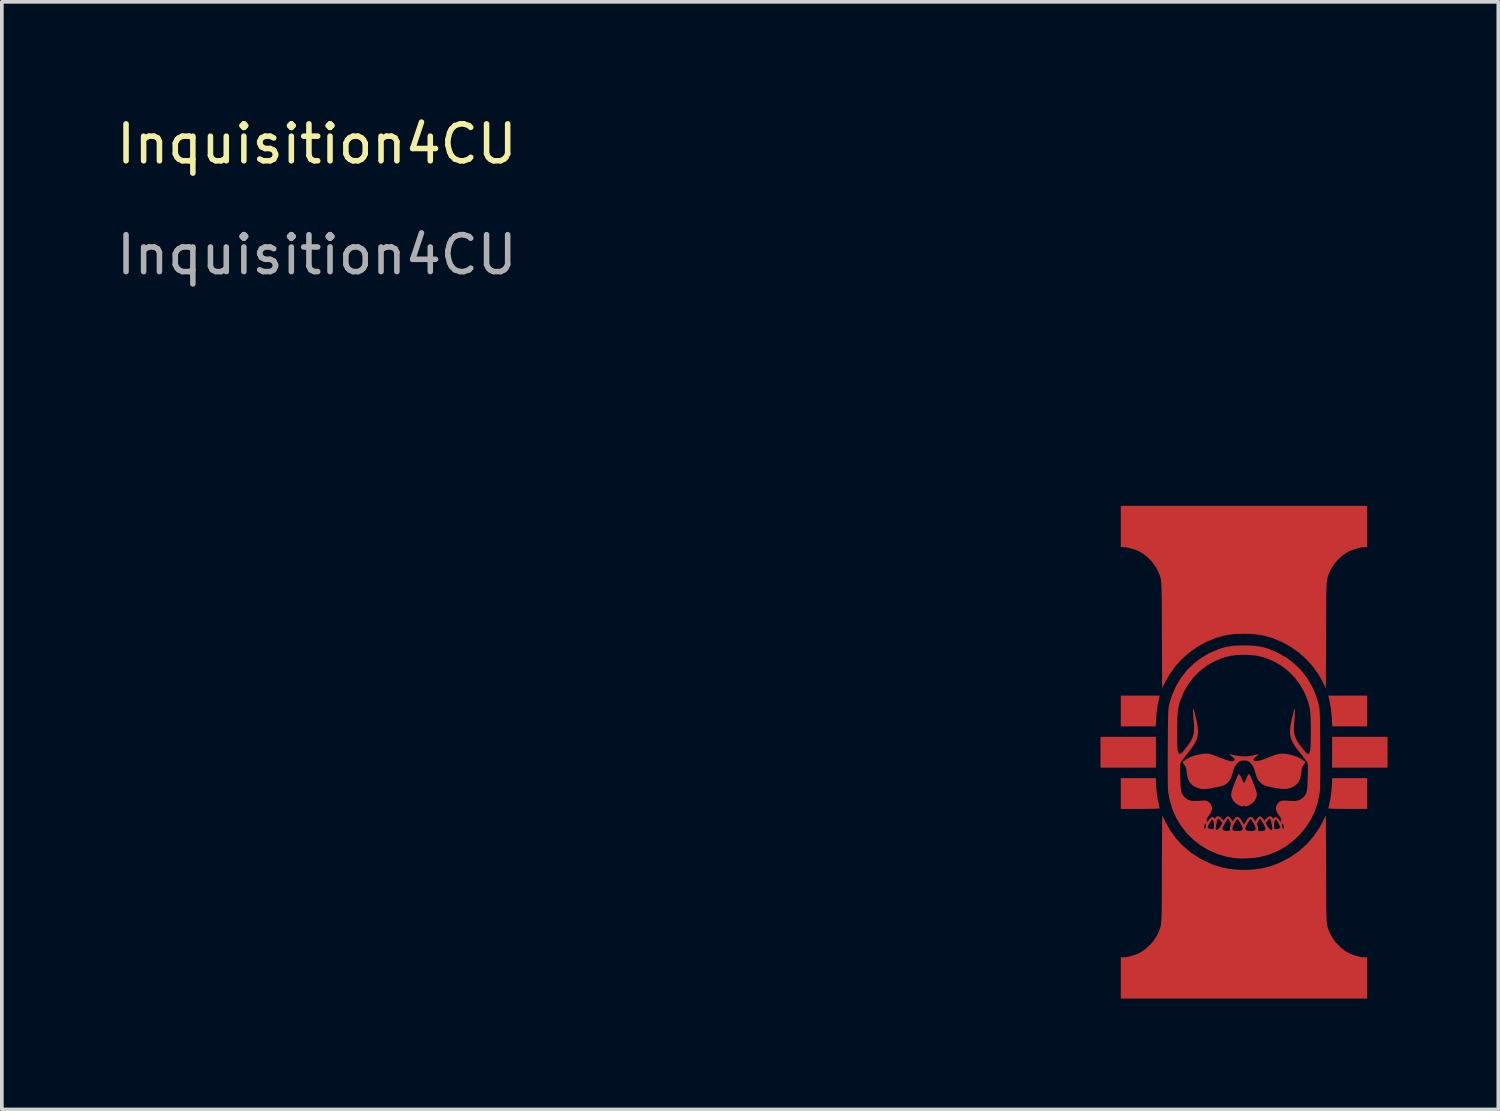
<source format=kicad_pcb>
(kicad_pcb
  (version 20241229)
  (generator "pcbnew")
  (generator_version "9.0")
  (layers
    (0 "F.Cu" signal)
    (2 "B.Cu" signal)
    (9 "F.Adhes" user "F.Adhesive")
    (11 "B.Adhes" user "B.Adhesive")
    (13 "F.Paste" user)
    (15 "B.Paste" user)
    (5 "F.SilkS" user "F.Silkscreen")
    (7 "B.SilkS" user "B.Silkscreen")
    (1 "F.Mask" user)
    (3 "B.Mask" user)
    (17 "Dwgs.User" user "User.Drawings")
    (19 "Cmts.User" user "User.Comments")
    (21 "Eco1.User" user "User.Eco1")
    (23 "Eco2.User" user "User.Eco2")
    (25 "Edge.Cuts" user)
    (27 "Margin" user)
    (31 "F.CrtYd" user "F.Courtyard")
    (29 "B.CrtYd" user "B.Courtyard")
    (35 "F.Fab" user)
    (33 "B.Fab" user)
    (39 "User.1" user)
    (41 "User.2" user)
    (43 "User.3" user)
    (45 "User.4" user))
  (footprint "Inquisition4CU"
    (layer "F.Cu")
    (at 27.221 10.629)
    (property "Reference" "Inquisition4CU" (at -21.692 -9.78 0) (unlocked yes) (layer "F.SilkS") (effects (font (size 1 1) (thickness 0.15))))
    (attr smd)
    (fp_poly (pts (xy 1.027 7.106) (xy -0.474 7.106) (xy -0.474 6.272) (xy 1.027 6.272)) (stroke (width 0) (type solid)) (fill yes) (layer "F.Cu"))
    (fp_poly (pts (xy 7.298 7.106) (xy 5.797 7.106) (xy 5.797 6.272) (xy 7.298 6.272)) (stroke (width 0) (type solid)) (fill yes) (layer "F.Cu"))
    (fp_poly (pts (xy 1.119 5.201) (xy 1.069 5.437) (xy 1.039 5.684) (xy 1.033 5.768) (xy 1.022 5.989) (xy 0.076 5.989) (xy 0.076 5.155) (xy 1.131 5.155)) (stroke (width 0) (type solid)) (fill yes) (layer "F.Cu"))
    (fp_poly (pts (xy 6.747 5.989) (xy 5.802 5.989) (xy 5.79 5.768) (xy 5.767 5.521) (xy 5.724 5.279) (xy 5.705 5.201) (xy 5.693 5.155) (xy 6.747 5.155)) (stroke (width 0) (type solid)) (fill yes) (layer "F.Cu"))
    (fp_poly (pts (xy 1.027 7.48) (xy 1.031 7.584) (xy 1.041 7.708) (xy 1.056 7.838) (xy 1.075 7.96) (xy 1.094 8.054) (xy 1.109 8.119) (xy 1.12 8.172) (xy 1.126 8.204) (xy 1.127 8.208) (xy 1.111 8.212) (xy 1.064 8.216) (xy 0.991 8.219) (xy 0.893 8.221) (xy 0.774 8.223) (xy 0.636 8.224) (xy 0.602 8.224) (xy 0.076 8.224) (xy 0.076 7.39) (xy 1.027 7.39)) (stroke (width 0) (type solid)) (fill yes) (layer "F.Cu"))
    (fp_poly (pts (xy 6.747 8.224) (xy 6.222 8.224) (xy 6.081 8.223) (xy 5.957 8.222) (xy 5.854 8.22) (xy 5.774 8.217) (xy 5.721 8.213) (xy 5.697 8.209) (xy 5.697 8.208) (xy 5.7 8.186) (xy 5.71 8.14) (xy 5.724 8.078) (xy 5.729 8.054) (xy 5.75 7.95) (xy 5.769 7.826) (xy 5.784 7.696) (xy 5.793 7.574) (xy 5.797 7.48) (xy 5.797 7.39) (xy 6.747 7.39)) (stroke (width 0) (type solid)) (fill yes) (layer "F.Cu"))
    (fp_poly (pts (xy 3.292 7.289) (xy 3.312 7.321) (xy 3.337 7.374) (xy 3.355 7.414) (xy 3.38 7.467) (xy 3.4 7.506) (xy 3.411 7.522) (xy 3.412 7.522) (xy 3.422 7.508) (xy 3.442 7.471) (xy 3.466 7.419) (xy 3.468 7.414) (xy 3.498 7.349) (xy 3.52 7.305) (xy 3.539 7.283) (xy 3.557 7.285) (xy 3.577 7.312) (xy 3.602 7.366) (xy 3.635 7.449) (xy 3.659 7.51) (xy 3.702 7.62) (xy 3.732 7.706) (xy 3.751 7.772) (xy 3.758 7.824) (xy 3.757 7.869) (xy 3.746 7.91) (xy 3.736 7.936) (xy 3.695 8.01) (xy 3.636 8.07) (xy 3.568 8.116) (xy 3.502 8.147) (xy 3.453 8.156) (xy 3.424 8.141) (xy 3.421 8.136) (xy 3.41 8.124) (xy 3.402 8.136) (xy 3.377 8.155) (xy 3.332 8.151) (xy 3.271 8.124) (xy 3.245 8.109) (xy 3.177 8.062) (xy 3.132 8.016) (xy 3.099 7.962) (xy 3.087 7.936) (xy 3.072 7.893) (xy 3.065 7.851) (xy 3.067 7.805) (xy 3.079 7.747) (xy 3.102 7.674) (xy 3.137 7.579) (xy 3.164 7.51) (xy 3.203 7.41) (xy 3.233 7.34) (xy 3.256 7.297) (xy 3.275 7.281)) (stroke (width 0) (type solid)) (fill yes) (layer "F.Cu"))
    (fp_poly (pts (xy 5.634 9.858) (xy 5.635 10.114) (xy 5.636 10.339) (xy 5.637 10.535) (xy 5.638 10.704) (xy 5.639 10.85) (xy 5.641 10.973) (xy 5.643 11.077) (xy 5.646 11.163) (xy 5.65 11.235) (xy 5.654 11.294) (xy 5.659 11.343) (xy 5.666 11.383) (xy 5.674 11.418) (xy 5.682 11.449) (xy 5.693 11.479) (xy 5.705 11.51) (xy 5.717 11.543) (xy 5.792 11.695) (xy 5.895 11.838) (xy 6.018 11.967) (xy 6.155 12.073) (xy 6.229 12.116) (xy 6.325 12.16) (xy 6.432 12.197) (xy 6.539 12.225) (xy 6.635 12.241) (xy 6.675 12.243) (xy 6.747 12.243) (xy 6.747 13.36) (xy 0.076 13.36) (xy 0.076 12.243) (xy 0.149 12.243) (xy 0.234 12.235) (xy 0.337 12.213) (xy 0.446 12.179) (xy 0.549 12.138) (xy 0.595 12.116) (xy 0.737 12.024) (xy 0.868 11.906) (xy 0.982 11.769) (xy 1.072 11.621) (xy 1.106 11.543) (xy 1.12 11.508) (xy 1.131 11.477) (xy 1.142 11.447) (xy 1.15 11.416) (xy 1.158 11.381) (xy 1.164 11.34) (xy 1.17 11.291) (xy 1.174 11.231) (xy 1.178 11.158) (xy 1.18 11.071) (xy 1.183 10.966) (xy 1.184 10.841) (xy 1.186 10.694) (xy 1.187 10.523) (xy 1.188 10.325) (xy 1.189 10.099) (xy 1.189 9.858) (xy 1.195 8.4) (xy 1.274 8.558) (xy 1.414 8.806) (xy 1.577 9.029) (xy 1.765 9.229) (xy 1.975 9.406) (xy 2.21 9.559) (xy 2.384 9.651) (xy 2.597 9.741) (xy 2.81 9.807) (xy 3.029 9.85) (xy 3.264 9.871) (xy 3.412 9.875) (xy 3.659 9.865) (xy 3.886 9.835) (xy 4.102 9.783) (xy 4.314 9.707) (xy 4.44 9.651) (xy 4.691 9.513) (xy 4.918 9.352) (xy 5.121 9.168) (xy 5.3 8.961) (xy 5.457 8.73) (xy 5.55 8.558) (xy 5.628 8.4)) (stroke (width 0) (type solid)) (fill yes) (layer "F.Cu"))
    (fp_poly (pts (xy 6.747 1.136) (xy 6.675 1.136) (xy 6.589 1.144) (xy 6.486 1.166) (xy 6.378 1.199) (xy 6.275 1.24) (xy 6.229 1.263) (xy 6.086 1.355) (xy 5.955 1.473) (xy 5.841 1.61) (xy 5.752 1.758) (xy 5.717 1.836) (xy 5.704 1.871) (xy 5.692 1.902) (xy 5.682 1.932) (xy 5.673 1.963) (xy 5.665 1.998) (xy 5.659 2.04) (xy 5.654 2.089) (xy 5.649 2.149) (xy 5.646 2.222) (xy 5.643 2.309) (xy 5.641 2.415) (xy 5.639 2.54) (xy 5.638 2.687) (xy 5.637 2.859) (xy 5.636 3.057) (xy 5.635 3.285) (xy 5.634 3.512) (xy 5.628 4.963) (xy 5.562 4.822) (xy 5.433 4.588) (xy 5.277 4.37) (xy 5.096 4.169) (xy 4.894 3.989) (xy 4.673 3.833) (xy 4.437 3.702) (xy 4.188 3.601) (xy 4.179 3.598) (xy 4.023 3.551) (xy 3.875 3.517) (xy 3.724 3.496) (xy 3.559 3.484) (xy 3.412 3.482) (xy 3.229 3.486) (xy 3.067 3.499) (xy 2.918 3.523) (xy 2.769 3.559) (xy 2.645 3.598) (xy 2.395 3.698) (xy 2.158 3.828) (xy 1.937 3.984) (xy 1.734 4.163) (xy 1.552 4.363) (xy 1.395 4.581) (xy 1.266 4.814) (xy 1.262 4.822) (xy 1.195 4.963) (xy 1.19 3.512) (xy 1.189 3.257) (xy 1.188 3.033) (xy 1.187 2.838) (xy 1.186 2.669) (xy 1.184 2.525) (xy 1.182 2.402) (xy 1.18 2.299) (xy 1.177 2.212) (xy 1.174 2.141) (xy 1.169 2.083) (xy 1.164 2.034) (xy 1.157 1.994) (xy 1.15 1.96) (xy 1.141 1.928) (xy 1.13 1.898) (xy 1.118 1.867) (xy 1.106 1.836) (xy 1.031 1.684) (xy 0.929 1.54) (xy 0.806 1.412) (xy 0.668 1.306) (xy 0.595 1.263) (xy 0.498 1.219) (xy 0.391 1.182) (xy 0.284 1.153) (xy 0.189 1.138) (xy 0.149 1.136) (xy 0.076 1.136) (xy 0.076 0.018) (xy 6.747 0.018)) (stroke (width 0) (type solid)) (fill yes) (layer "F.Cu"))
    (fp_poly (pts (xy 2.478 6.733) (xy 2.573 6.761) (xy 2.586 6.766) (xy 2.691 6.809) (xy 2.794 6.849) (xy 2.891 6.883) (xy 2.974 6.911) (xy 3.04 6.929) (xy 3.082 6.937) (xy 3.089 6.936) (xy 3.13 6.921) (xy 3.152 6.9) (xy 3.159 6.876) (xy 3.146 6.853) (xy 3.122 6.834) (xy 3.077 6.799) (xy 3.039 6.767) (xy 3.038 6.767) (xy 3.003 6.737) (xy 3.045 6.746) (xy 3.188 6.777) (xy 3.309 6.795) (xy 3.414 6.803) (xy 3.511 6.799) (xy 3.609 6.785) (xy 3.693 6.765) (xy 3.748 6.752) (xy 3.789 6.745) (xy 3.807 6.745) (xy 3.798 6.758) (xy 3.769 6.783) (xy 3.737 6.806) (xy 3.686 6.848) (xy 3.667 6.883) (xy 3.678 6.913) (xy 3.698 6.928) (xy 3.731 6.933) (xy 3.79 6.925) (xy 3.869 6.904) (xy 3.965 6.873) (xy 4.073 6.832) (xy 4.146 6.802) (xy 4.267 6.756) (xy 4.374 6.73) (xy 4.478 6.725) (xy 4.589 6.739) (xy 4.663 6.756) (xy 4.775 6.788) (xy 4.865 6.821) (xy 4.94 6.859) (xy 5.008 6.904) (xy 5.079 6.956) (xy 5.027 7.03) (xy 4.999 7.074) (xy 4.982 7.117) (xy 4.97 7.173) (xy 4.962 7.244) (xy 4.941 7.371) (xy 4.903 7.472) (xy 4.845 7.551) (xy 4.764 7.612) (xy 4.711 7.639) (xy 4.642 7.665) (xy 4.571 7.68) (xy 4.493 7.684) (xy 4.4 7.678) (xy 4.286 7.661) (xy 4.215 7.648) (xy 4.112 7.627) (xy 4.034 7.609) (xy 3.977 7.59) (xy 3.932 7.57) (xy 3.903 7.553) (xy 3.822 7.479) (xy 3.761 7.379) (xy 3.721 7.253) (xy 3.72 7.25) (xy 3.684 7.126) (xy 3.633 7.029) (xy 3.569 6.959) (xy 3.493 6.919) (xy 3.47 6.913) (xy 3.374 6.91) (xy 3.289 6.937) (xy 3.218 6.994) (xy 3.16 7.08) (xy 3.117 7.195) (xy 3.103 7.25) (xy 3.064 7.377) (xy 3.003 7.477) (xy 2.922 7.552) (xy 2.92 7.553) (xy 2.879 7.576) (xy 2.829 7.597) (xy 2.763 7.616) (xy 2.674 7.635) (xy 2.619 7.646) (xy 2.506 7.667) (xy 2.418 7.68) (xy 2.348 7.686) (xy 2.29 7.685) (xy 2.235 7.678) (xy 2.206 7.672) (xy 2.09 7.632) (xy 1.999 7.57) (xy 1.931 7.487) (xy 1.886 7.38) (xy 1.862 7.248) (xy 1.861 7.244) (xy 1.853 7.168) (xy 1.841 7.114) (xy 1.822 7.071) (xy 1.796 7.03) (xy 1.745 6.956) (xy 1.815 6.905) (xy 1.874 6.864) (xy 1.926 6.834) (xy 1.982 6.809) (xy 2.052 6.786) (xy 2.131 6.764) (xy 2.265 6.735) (xy 2.378 6.724)) (stroke (width 0) (type solid)) (fill yes) (layer "F.Cu"))
    (fp_poly (pts (xy 3.571 3.799) (xy 3.705 3.808) (xy 3.824 3.823) (xy 3.936 3.847) (xy 4.05 3.881) (xy 4.104 3.9) (xy 4.348 4.005) (xy 4.573 4.136) (xy 4.776 4.292) (xy 4.958 4.471) (xy 5.116 4.673) (xy 5.249 4.894) (xy 5.356 5.134) (xy 5.434 5.389) (xy 5.441 5.419) (xy 5.447 5.449) (xy 5.452 5.483) (xy 5.457 5.522) (xy 5.46 5.57) (xy 5.463 5.63) (xy 5.466 5.703) (xy 5.468 5.794) (xy 5.47 5.904) (xy 5.471 6.036) (xy 5.473 6.194) (xy 5.474 6.379) (xy 5.475 6.581) (xy 5.477 6.841) (xy 5.477 7.068) (xy 5.477 7.263) (xy 5.475 7.427) (xy 5.473 7.56) (xy 5.47 7.663) (xy 5.467 7.736) (xy 5.463 7.773) (xy 5.413 8.034) (xy 5.333 8.279) (xy 5.224 8.509) (xy 5.085 8.725) (xy 4.919 8.922) (xy 4.725 9.104) (xy 4.518 9.256) (xy 4.296 9.378) (xy 4.059 9.47) (xy 3.817 9.531) (xy 3.703 9.548) (xy 3.571 9.559) (xy 3.433 9.565) (xy 3.301 9.566) (xy 3.188 9.559) (xy 3.175 9.558) (xy 2.917 9.512) (xy 2.672 9.437) (xy 2.442 9.334) (xy 2.228 9.205) (xy 2.033 9.052) (xy 1.858 8.876) (xy 1.75 8.737) (xy 2.329 8.737) (xy 2.337 8.755) (xy 2.351 8.757) (xy 2.368 8.75) (xy 2.376 8.722) (xy 2.376 8.713) (xy 2.428 8.713) (xy 2.442 8.739) (xy 2.478 8.761) (xy 2.523 8.773) (xy 2.536 8.774) (xy 2.569 8.773) (xy 2.587 8.763) (xy 2.588 8.759) (xy 2.648 8.759) (xy 2.651 8.783) (xy 2.669 8.797) (xy 2.698 8.785) (xy 2.73 8.756) (xy 2.828 8.756) (xy 2.84 8.795) (xy 2.877 8.816) (xy 2.941 8.821) (xy 2.953 8.821) (xy 3.002 8.817) (xy 3.026 8.809) (xy 3.033 8.791) (xy 3.031 8.768) (xy 3.032 8.744) (xy 3.097 8.744) (xy 3.102 8.786) (xy 3.115 8.804) (xy 3.144 8.816) (xy 3.194 8.822) (xy 3.252 8.823) (xy 3.307 8.818) (xy 3.346 8.807) (xy 3.346 8.807) (xy 3.372 8.778) (xy 3.378 8.754) (xy 3.378 8.753) (xy 3.445 8.753) (xy 3.458 8.79) (xy 3.474 8.806) (xy 3.511 8.817) (xy 3.564 8.822) (xy 3.623 8.822) (xy 3.674 8.817) (xy 3.706 8.806) (xy 3.709 8.804) (xy 3.726 8.77) (xy 3.722 8.722) (xy 3.695 8.656) (xy 3.684 8.637) (xy 3.768 8.637) (xy 3.778 8.671) (xy 3.778 8.673) (xy 3.792 8.721) (xy 3.795 8.76) (xy 3.793 8.796) (xy 3.793 8.812) (xy 3.81 8.82) (xy 3.847 8.824) (xy 3.894 8.823) (xy 3.939 8.817) (xy 3.97 8.808) (xy 3.975 8.804) (xy 3.993 8.771) (xy 3.995 8.756) (xy 3.988 8.731) (xy 3.968 8.688) (xy 3.94 8.635) (xy 3.924 8.605) (xy 3.995 8.605) (xy 4.031 8.669) (xy 4.064 8.718) (xy 4.101 8.76) (xy 4.136 8.789) (xy 4.162 8.798) (xy 4.165 8.797) (xy 4.177 8.775) (xy 4.179 8.762) (xy 4.175 8.717) (xy 4.168 8.675) (xy 4.225 8.675) (xy 4.226 8.687) (xy 4.229 8.737) (xy 4.237 8.763) (xy 4.255 8.773) (xy 4.287 8.774) (xy 4.334 8.767) (xy 4.369 8.748) (xy 4.369 8.748) (xy 4.39 8.724) (xy 4.396 8.713) (xy 4.388 8.692) (xy 4.381 8.679) (xy 4.446 8.679) (xy 4.448 8.729) (xy 4.458 8.752) (xy 4.473 8.757) (xy 4.49 8.751) (xy 4.494 8.727) (xy 4.49 8.696) (xy 4.478 8.643) (xy 4.464 8.618) (xy 4.453 8.623) (xy 4.446 8.658) (xy 4.446 8.679) (xy 4.381 8.679) (xy 4.368 8.654) (xy 4.342 8.607) (xy 4.314 8.561) (xy 4.291 8.525) (xy 4.276 8.508) (xy 4.275 8.507) (xy 4.256 8.522) (xy 4.24 8.561) (xy 4.229 8.615) (xy 4.225 8.675) (xy 4.168 8.675) (xy 4.166 8.657) (xy 4.153 8.595) (xy 4.139 8.541) (xy 4.126 8.505) (xy 4.123 8.5) (xy 4.109 8.489) (xy 4.091 8.495) (xy 4.063 8.524) (xy 4.05 8.54) (xy 3.995 8.605) (xy 3.924 8.605) (xy 3.91 8.581) (xy 3.881 8.533) (xy 3.858 8.5) (xy 3.846 8.491) (xy 3.832 8.504) (xy 3.809 8.537) (xy 3.797 8.558) (xy 3.774 8.604) (xy 3.768 8.637) (xy 3.684 8.637) (xy 3.668 8.608) (xy 3.636 8.557) (xy 3.61 8.517) (xy 3.594 8.498) (xy 3.594 8.498) (xy 3.579 8.507) (xy 3.555 8.538) (xy 3.525 8.583) (xy 3.495 8.636) (xy 3.469 8.687) (xy 3.45 8.73) (xy 3.445 8.753) (xy 3.378 8.753) (xy 3.371 8.724) (xy 3.351 8.679) (xy 3.324 8.627) (xy 3.293 8.575) (xy 3.264 8.532) (xy 3.241 8.504) (xy 3.229 8.498) (xy 3.215 8.516) (xy 3.189 8.554) (xy 3.157 8.605) (xy 3.155 8.608) (xy 3.115 8.686) (xy 3.097 8.744) (xy 3.032 8.744) (xy 3.033 8.717) (xy 3.045 8.673) (xy 3.055 8.639) (xy 3.05 8.606) (xy 3.028 8.561) (xy 3.027 8.558) (xy 3.002 8.518) (xy 2.983 8.494) (xy 2.977 8.491) (xy 2.963 8.504) (xy 2.939 8.54) (xy 2.909 8.589) (xy 2.879 8.643) (xy 2.852 8.695) (xy 2.834 8.736) (xy 2.828 8.756) (xy 2.73 8.756) (xy 2.734 8.752) (xy 2.772 8.703) (xy 2.785 8.679) (xy 2.827 8.604) (xy 2.773 8.539) (xy 2.74 8.502) (xy 2.72 8.489) (xy 2.705 8.494) (xy 2.7 8.501) (xy 2.687 8.532) (xy 2.673 8.584) (xy 2.661 8.647) (xy 2.652 8.709) (xy 2.648 8.759) (xy 2.588 8.759) (xy 2.594 8.736) (xy 2.598 8.687) (xy 2.596 8.627) (xy 2.586 8.571) (xy 2.571 8.528) (xy 2.552 8.508) (xy 2.548 8.507) (xy 2.536 8.521) (xy 2.513 8.554) (xy 2.486 8.6) (xy 2.459 8.647) (xy 2.438 8.687) (xy 2.428 8.712) (xy 2.428 8.713) (xy 2.376 8.713) (xy 2.378 8.679) (xy 2.374 8.632) (xy 2.364 8.616) (xy 2.351 8.63) (xy 2.338 8.673) (xy 2.333 8.696) (xy 2.329 8.737) (xy 1.75 8.737) (xy 1.705 8.68) (xy 1.577 8.466) (xy 1.474 8.235) (xy 1.4 7.988) (xy 1.36 7.773) (xy 1.356 7.722) (xy 1.352 7.641) (xy 1.349 7.531) (xy 1.348 7.391) (xy 1.347 7.22) (xy 1.346 7.017) (xy 1.347 6.783) (xy 1.348 6.581) (xy 1.35 6.366) (xy 1.351 6.183) (xy 1.351 6.122) (xy 1.603 6.122) (xy 1.603 6.278) (xy 1.604 6.403) (xy 1.607 6.501) (xy 1.611 6.574) (xy 1.616 6.625) (xy 1.623 6.657) (xy 1.624 6.659) (xy 1.642 6.705) (xy 1.66 6.733) (xy 1.681 6.739) (xy 1.709 6.723) (xy 1.748 6.684) (xy 1.802 6.62) (xy 1.828 6.586) (xy 1.914 6.474) (xy 1.977 6.377) (xy 2.021 6.286) (xy 2.048 6.194) (xy 2.06 6.094) (xy 2.06 5.976) (xy 2.049 5.835) (xy 2.048 5.83) (xy 2.041 5.741) (xy 2.035 5.657) (xy 2.031 5.587) (xy 2.031 5.54) (xy 2.031 5.539) (xy 2.034 5.514) (xy 2.038 5.508) (xy 2.046 5.521) (xy 2.058 5.559) (xy 2.075 5.623) (xy 2.099 5.716) (xy 2.1 5.722) (xy 2.137 5.882) (xy 2.16 6.018) (xy 2.167 6.136) (xy 2.157 6.243) (xy 2.129 6.344) (xy 2.081 6.446) (xy 2.012 6.555) (xy 1.92 6.676) (xy 1.861 6.748) (xy 1.806 6.816) (xy 1.758 6.88) (xy 1.72 6.934) (xy 1.699 6.97) (xy 1.699 6.972) (xy 1.69 6.997) (xy 1.685 7.031) (xy 1.682 7.078) (xy 1.681 7.143) (xy 1.682 7.231) (xy 1.685 7.347) (xy 1.686 7.38) (xy 1.691 7.509) (xy 1.696 7.61) (xy 1.703 7.687) (xy 1.713 7.746) (xy 1.726 7.792) (xy 1.743 7.829) (xy 1.766 7.863) (xy 1.785 7.887) (xy 1.842 7.942) (xy 1.907 7.981) (xy 1.985 8.003) (xy 2.081 8.011) (xy 2.201 8.005) (xy 2.262 7.999) (xy 2.356 7.996) (xy 2.427 8.014) (xy 2.482 8.055) (xy 2.512 8.095) (xy 2.539 8.154) (xy 2.547 8.211) (xy 2.535 8.274) (xy 2.5 8.347) (xy 2.441 8.435) (xy 2.426 8.457) (xy 2.402 8.497) (xy 2.4 8.529) (xy 2.406 8.544) (xy 2.418 8.567) (xy 2.429 8.567) (xy 2.447 8.542) (xy 2.453 8.532) (xy 2.498 8.472) (xy 2.539 8.444) (xy 2.577 8.448) (xy 2.601 8.466) (xy 2.622 8.482) (xy 2.637 8.47) (xy 2.644 8.458) (xy 2.676 8.427) (xy 2.719 8.424) (xy 2.768 8.446) (xy 2.808 8.483) (xy 2.856 8.542) (xy 2.901 8.483) (xy 2.942 8.44) (xy 2.979 8.426) (xy 3.016 8.441) (xy 3.058 8.487) (xy 3.089 8.535) (xy 3.102 8.551) (xy 3.115 8.547) (xy 3.135 8.519) (xy 3.144 8.503) (xy 3.175 8.461) (xy 3.207 8.443) (xy 3.229 8.441) (xy 3.267 8.449) (xy 3.302 8.476) (xy 3.34 8.528) (xy 3.37 8.579) (xy 3.392 8.617) (xy 3.409 8.639) (xy 3.412 8.641) (xy 3.424 8.627) (xy 3.446 8.594) (xy 3.454 8.579) (xy 3.496 8.509) (xy 3.532 8.465) (xy 3.568 8.444) (xy 3.595 8.441) (xy 3.631 8.448) (xy 3.661 8.476) (xy 3.679 8.503) (xy 3.703 8.54) (xy 3.718 8.552) (xy 3.73 8.542) (xy 3.735 8.535) (xy 3.78 8.468) (xy 3.82 8.433) (xy 3.857 8.428) (xy 3.895 8.452) (xy 3.922 8.483) (xy 3.967 8.542) (xy 4.016 8.483) (xy 4.063 8.441) (xy 4.111 8.423) (xy 4.154 8.431) (xy 4.179 8.458) (xy 4.196 8.481) (xy 4.213 8.475) (xy 4.223 8.466) (xy 4.261 8.443) (xy 4.3 8.451) (xy 4.342 8.491) (xy 4.37 8.532) (xy 4.392 8.564) (xy 4.403 8.569) (xy 4.415 8.551) (xy 4.418 8.544) (xy 4.425 8.511) (xy 4.411 8.476) (xy 4.398 8.457) (xy 4.334 8.364) (xy 4.295 8.289) (xy 4.277 8.224) (xy 4.281 8.166) (xy 4.304 8.108) (xy 4.312 8.095) (xy 4.359 8.038) (xy 4.419 8.005) (xy 4.498 7.995) (xy 4.561 7.999) (xy 4.693 8.01) (xy 4.799 8.009) (xy 4.885 7.993) (xy 4.955 7.961) (xy 5.014 7.913) (xy 5.038 7.887) (xy 5.065 7.852) (xy 5.086 7.818) (xy 5.102 7.778) (xy 5.114 7.729) (xy 5.123 7.665) (xy 5.129 7.581) (xy 5.134 7.472) (xy 5.137 7.38) (xy 5.141 7.257) (xy 5.143 7.163) (xy 5.142 7.092) (xy 5.14 7.041) (xy 5.135 7.004) (xy 5.127 6.977) (xy 5.125 6.972) (xy 5.105 6.937) (xy 5.068 6.884) (xy 5.02 6.82) (xy 4.966 6.752) (xy 4.962 6.748) (xy 4.858 6.617) (xy 4.776 6.502) (xy 4.717 6.398) (xy 4.679 6.297) (xy 4.659 6.194) (xy 4.658 6.083) (xy 4.672 5.957) (xy 4.702 5.81) (xy 4.723 5.722) (xy 4.747 5.627) (xy 4.765 5.562) (xy 4.777 5.523) (xy 4.785 5.508) (xy 4.789 5.513) (xy 4.792 5.537) (xy 4.792 5.539) (xy 4.792 5.584) (xy 4.789 5.654) (xy 4.783 5.738) (xy 4.775 5.827) (xy 4.775 5.83) (xy 4.764 5.973) (xy 4.763 6.091) (xy 4.775 6.192) (xy 4.801 6.284) (xy 4.845 6.374) (xy 4.908 6.472) (xy 4.993 6.583) (xy 4.995 6.586) (xy 5.056 6.661) (xy 5.1 6.71) (xy 5.132 6.735) (xy 5.156 6.738) (xy 5.174 6.719) (xy 5.192 6.68) (xy 5.2 6.659) (xy 5.207 6.628) (xy 5.212 6.579) (xy 5.216 6.508) (xy 5.219 6.412) (xy 5.22 6.289) (xy 5.221 6.136) (xy 5.221 6.122) (xy 5.22 5.958) (xy 5.218 5.822) (xy 5.213 5.708) (xy 5.206 5.612) (xy 5.195 5.528) (xy 5.181 5.45) (xy 5.161 5.374) (xy 5.137 5.295) (xy 5.127 5.263) (xy 5.037 5.047) (xy 4.919 4.844) (xy 4.776 4.658) (xy 4.609 4.492) (xy 4.424 4.348) (xy 4.221 4.23) (xy 4.005 4.141) (xy 4.004 4.14) (xy 3.849 4.096) (xy 3.696 4.067) (xy 3.533 4.053) (xy 3.412 4.05) (xy 3.235 4.056) (xy 3.077 4.075) (xy 2.924 4.109) (xy 2.82 4.14) (xy 2.604 4.23) (xy 2.401 4.348) (xy 2.215 4.491) (xy 2.049 4.657) (xy 1.905 4.843) (xy 1.787 5.046) (xy 1.697 5.262) (xy 1.697 5.263) (xy 1.67 5.346) (xy 1.649 5.423) (xy 1.633 5.499) (xy 1.621 5.58) (xy 1.613 5.671) (xy 1.607 5.778) (xy 1.604 5.905) (xy 1.603 6.058) (xy 1.603 6.122) (xy 1.351 6.122) (xy 1.352 6.027) (xy 1.354 5.896) (xy 1.356 5.787) (xy 1.358 5.698) (xy 1.36 5.625) (xy 1.363 5.567) (xy 1.367 5.52) (xy 1.371 5.481) (xy 1.377 5.447) (xy 1.383 5.417) (xy 1.389 5.389) (xy 1.468 5.132) (xy 1.575 4.892) (xy 1.709 4.67) (xy 1.867 4.469) (xy 2.049 4.29) (xy 2.253 4.134) (xy 2.478 4.003) (xy 2.72 3.9) (xy 2.837 3.861) (xy 2.949 3.833) (xy 3.064 3.814) (xy 3.191 3.802) (xy 3.338 3.797) (xy 3.412 3.797)) (stroke (width 0) (type solid)) (fill yes) (layer "F.Cu"))
    (fp_poly (pts (xy 1.018 7.087) (xy -0.483 7.087) (xy -0.483 6.253) (xy 1.018 6.253)) (stroke (width 0) (type solid)) (fill yes) (layer "F.Mask"))
    (fp_poly (pts (xy 7.289 7.087) (xy 5.788 7.087) (xy 5.788 6.253) (xy 7.289 6.253)) (stroke (width 0) (type solid)) (fill yes) (layer "F.Mask"))
    (fp_poly (pts (xy 1.11 5.181) (xy 1.061 5.417) (xy 1.03 5.664) (xy 1.025 5.748) (xy 1.013 5.969) (xy 0.068 5.969) (xy 0.068 5.135) (xy 1.122 5.135)) (stroke (width 0) (type solid)) (fill yes) (layer "F.Mask"))
    (fp_poly (pts (xy 6.739 5.969) (xy 5.793 5.969) (xy 5.782 5.748) (xy 5.759 5.502) (xy 5.715 5.26) (xy 5.696 5.181) (xy 5.684 5.135) (xy 6.739 5.135)) (stroke (width 0) (type solid)) (fill yes) (layer "F.Mask"))
    (fp_poly (pts (xy 1.018 7.46) (xy 1.022 7.565) (xy 1.033 7.688) (xy 1.048 7.818) (xy 1.067 7.941) (xy 1.086 8.034) (xy 1.101 8.099) (xy 1.112 8.152) (xy 1.118 8.184) (xy 1.118 8.189) (xy 1.102 8.193) (xy 1.056 8.196) (xy 0.982 8.199) (xy 0.884 8.202) (xy 0.765 8.203) (xy 0.628 8.204) (xy 0.593 8.204) (xy 0.068 8.204) (xy 0.068 7.37) (xy 1.018 7.37)) (stroke (width 0) (type solid)) (fill yes) (layer "F.Mask"))
    (fp_poly (pts (xy 6.739 8.204) (xy 6.213 8.204) (xy 6.072 8.204) (xy 5.949 8.202) (xy 5.846 8.2) (xy 5.766 8.197) (xy 5.713 8.194) (xy 5.689 8.19) (xy 5.688 8.189) (xy 5.692 8.166) (xy 5.701 8.12) (xy 5.715 8.059) (xy 5.721 8.034) (xy 5.742 7.93) (xy 5.76 7.806) (xy 5.775 7.676) (xy 5.785 7.554) (xy 5.788 7.46) (xy 5.788 7.37) (xy 6.739 7.37)) (stroke (width 0) (type solid)) (fill yes) (layer "F.Mask"))
    (fp_poly (pts (xy 3.284 7.269) (xy 3.304 7.301) (xy 3.329 7.354) (xy 3.347 7.395) (xy 3.371 7.448) (xy 3.392 7.486) (xy 3.403 7.503) (xy 3.403 7.503) (xy 3.414 7.489) (xy 3.433 7.452) (xy 3.458 7.399) (xy 3.46 7.395) (xy 3.489 7.329) (xy 3.512 7.285) (xy 3.53 7.263) (xy 3.548 7.265) (xy 3.568 7.292) (xy 3.593 7.346) (xy 3.627 7.429) (xy 3.651 7.49) (xy 3.694 7.601) (xy 3.724 7.686) (xy 3.742 7.752) (xy 3.75 7.805) (xy 3.748 7.849) (xy 3.738 7.891) (xy 3.728 7.917) (xy 3.687 7.99) (xy 3.628 8.05) (xy 3.56 8.096) (xy 3.494 8.127) (xy 3.445 8.136) (xy 3.416 8.121) (xy 3.413 8.116) (xy 3.402 8.104) (xy 3.394 8.116) (xy 3.368 8.135) (xy 3.323 8.131) (xy 3.263 8.105) (xy 3.237 8.089) (xy 3.169 8.042) (xy 3.123 7.996) (xy 3.09 7.942) (xy 3.079 7.916) (xy 3.064 7.874) (xy 3.057 7.832) (xy 3.059 7.785) (xy 3.071 7.728) (xy 3.094 7.654) (xy 3.129 7.559) (xy 3.156 7.49) (xy 3.195 7.391) (xy 3.225 7.32) (xy 3.247 7.277) (xy 3.266 7.261)) (stroke (width 0) (type solid)) (fill yes) (layer "F.Mask"))
    (fp_poly (pts (xy 5.626 9.839) (xy 5.627 10.095) (xy 5.627 10.319) (xy 5.628 10.515) (xy 5.629 10.685) (xy 5.631 10.83) (xy 5.633 10.953) (xy 5.635 11.057) (xy 5.638 11.144) (xy 5.641 11.215) (xy 5.646 11.274) (xy 5.651 11.323) (xy 5.657 11.363) (xy 5.665 11.398) (xy 5.674 11.429) (xy 5.684 11.459) (xy 5.696 11.491) (xy 5.709 11.523) (xy 5.784 11.675) (xy 5.886 11.819) (xy 6.009 11.947) (xy 6.147 12.053) (xy 6.22 12.096) (xy 6.317 12.14) (xy 6.424 12.177) (xy 6.531 12.206) (xy 6.626 12.221) (xy 6.666 12.223) (xy 6.739 12.223) (xy 6.739 13.341) (xy 0.068 13.341) (xy 0.068 12.223) (xy 0.14 12.223) (xy 0.226 12.215) (xy 0.329 12.193) (xy 0.437 12.16) (xy 0.54 12.119) (xy 0.586 12.096) (xy 0.729 12.004) (xy 0.86 11.886) (xy 0.974 11.75) (xy 1.063 11.601) (xy 1.098 11.523) (xy 1.111 11.489) (xy 1.123 11.457) (xy 1.133 11.427) (xy 1.142 11.396) (xy 1.15 11.361) (xy 1.156 11.32) (xy 1.161 11.271) (xy 1.166 11.211) (xy 1.169 11.139) (xy 1.172 11.051) (xy 1.174 10.946) (xy 1.176 10.821) (xy 1.177 10.674) (xy 1.178 10.503) (xy 1.179 10.306) (xy 1.18 10.079) (xy 1.181 9.839) (xy 1.187 8.38) (xy 1.265 8.538) (xy 1.405 8.786) (xy 1.569 9.01) (xy 1.756 9.21) (xy 1.967 9.386) (xy 2.201 9.54) (xy 2.375 9.631) (xy 2.589 9.722) (xy 2.801 9.788) (xy 3.021 9.83) (xy 3.256 9.852) (xy 3.403 9.855) (xy 3.65 9.845) (xy 3.878 9.815) (xy 4.094 9.763) (xy 4.306 9.687) (xy 4.431 9.631) (xy 4.682 9.493) (xy 4.909 9.333) (xy 5.112 9.149) (xy 5.292 8.941) (xy 5.448 8.71) (xy 5.541 8.538) (xy 5.62 8.38)) (stroke (width 0) (type solid)) (fill yes) (layer "F.Mask"))
    (fp_poly (pts (xy 6.739 1.116) (xy 6.666 1.116) (xy 6.581 1.124) (xy 6.478 1.146) (xy 6.369 1.18) (xy 6.266 1.221) (xy 6.22 1.243) (xy 6.078 1.335) (xy 5.947 1.453) (xy 5.833 1.59) (xy 5.743 1.738) (xy 5.709 1.816) (xy 5.695 1.851) (xy 5.684 1.882) (xy 5.673 1.912) (xy 5.664 1.944) (xy 5.657 1.979) (xy 5.651 2.02) (xy 5.645 2.069) (xy 5.641 2.129) (xy 5.637 2.202) (xy 5.635 2.29) (xy 5.632 2.395) (xy 5.631 2.52) (xy 5.629 2.668) (xy 5.628 2.839) (xy 5.627 3.038) (xy 5.626 3.265) (xy 5.625 3.493) (xy 5.62 4.944) (xy 5.553 4.802) (xy 5.425 4.569) (xy 5.269 4.35) (xy 5.088 4.15) (xy 4.886 3.97) (xy 4.665 3.813) (xy 4.428 3.683) (xy 4.179 3.581) (xy 4.17 3.578) (xy 4.015 3.531) (xy 3.866 3.497) (xy 3.715 3.476) (xy 3.55 3.465) (xy 3.403 3.462) (xy 3.22 3.466) (xy 3.059 3.48) (xy 2.909 3.503) (xy 2.76 3.54) (xy 2.636 3.578) (xy 2.387 3.679) (xy 2.15 3.808) (xy 1.928 3.964) (xy 1.725 4.143) (xy 1.544 4.343) (xy 1.387 4.561) (xy 1.257 4.794) (xy 1.253 4.802) (xy 1.187 4.944) (xy 1.181 3.493) (xy 1.18 3.238) (xy 1.179 3.014) (xy 1.178 2.818) (xy 1.177 2.65) (xy 1.176 2.505) (xy 1.174 2.382) (xy 1.172 2.279) (xy 1.169 2.193) (xy 1.165 2.122) (xy 1.161 2.063) (xy 1.155 2.015) (xy 1.149 1.974) (xy 1.141 1.94) (xy 1.132 1.909) (xy 1.122 1.879) (xy 1.11 1.847) (xy 1.098 1.816) (xy 1.023 1.665) (xy 0.92 1.521) (xy 0.797 1.392) (xy 0.66 1.286) (xy 0.586 1.243) (xy 0.49 1.199) (xy 0.383 1.162) (xy 0.276 1.134) (xy 0.18 1.118) (xy 0.14 1.116) (xy 0.068 1.116) (xy 0.068 -0.001) (xy 6.739 -0.001)) (stroke (width 0) (type solid)) (fill yes) (layer "F.Mask"))
    (fp_poly (pts (xy 2.47 6.713) (xy 2.564 6.741) (xy 2.578 6.746) (xy 2.683 6.79) (xy 2.786 6.829) (xy 2.882 6.864) (xy 2.966 6.891) (xy 3.032 6.909) (xy 3.074 6.917) (xy 3.081 6.917) (xy 3.121 6.902) (xy 3.143 6.881) (xy 3.151 6.856) (xy 3.137 6.833) (xy 3.113 6.814) (xy 3.069 6.78) (xy 3.03 6.748) (xy 3.03 6.748) (xy 2.995 6.717) (xy 3.036 6.727) (xy 3.18 6.757) (xy 3.3 6.776) (xy 3.405 6.783) (xy 3.502 6.779) (xy 3.6 6.765) (xy 3.684 6.745) (xy 3.74 6.732) (xy 3.781 6.725) (xy 3.798 6.725) (xy 3.79 6.738) (xy 3.761 6.763) (xy 3.729 6.786) (xy 3.678 6.828) (xy 3.659 6.863) (xy 3.67 6.893) (xy 3.689 6.909) (xy 3.723 6.913) (xy 3.781 6.905) (xy 3.861 6.884) (xy 3.957 6.853) (xy 4.064 6.813) (xy 4.137 6.782) (xy 4.258 6.736) (xy 4.366 6.711) (xy 4.469 6.706) (xy 4.581 6.719) (xy 4.654 6.736) (xy 4.767 6.768) (xy 4.856 6.801) (xy 4.932 6.839) (xy 5 6.884) (xy 5.07 6.936) (xy 5.019 7.01) (xy 4.991 7.054) (xy 4.973 7.098) (xy 4.962 7.153) (xy 4.954 7.224) (xy 4.933 7.351) (xy 4.895 7.452) (xy 4.836 7.531) (xy 4.755 7.592) (xy 4.703 7.619) (xy 4.633 7.645) (xy 4.563 7.66) (xy 4.484 7.665) (xy 4.391 7.658) (xy 4.277 7.642) (xy 4.207 7.629) (xy 4.103 7.608) (xy 4.026 7.589) (xy 3.968 7.571) (xy 3.923 7.55) (xy 3.895 7.533) (xy 3.813 7.459) (xy 3.752 7.359) (xy 3.712 7.233) (xy 3.712 7.23) (xy 3.675 7.107) (xy 3.625 7.009) (xy 3.561 6.94) (xy 3.485 6.899) (xy 3.461 6.894) (xy 3.365 6.89) (xy 3.281 6.917) (xy 3.209 6.974) (xy 3.152 7.06) (xy 3.108 7.175) (xy 3.095 7.23) (xy 3.055 7.357) (xy 2.995 7.457) (xy 2.913 7.532) (xy 2.912 7.533) (xy 2.87 7.557) (xy 2.82 7.577) (xy 2.754 7.596) (xy 2.666 7.616) (xy 2.61 7.627) (xy 2.497 7.647) (xy 2.409 7.661) (xy 2.34 7.667) (xy 2.281 7.666) (xy 2.227 7.658) (xy 2.198 7.652) (xy 2.082 7.612) (xy 1.99 7.551) (xy 1.923 7.467) (xy 1.877 7.36) (xy 1.853 7.228) (xy 1.853 7.224) (xy 1.844 7.148) (xy 1.832 7.094) (xy 1.814 7.051) (xy 1.788 7.01) (xy 1.736 6.936) (xy 1.807 6.885) (xy 1.865 6.844) (xy 1.917 6.814) (xy 1.974 6.79) (xy 2.044 6.767) (xy 2.123 6.745) (xy 2.256 6.715) (xy 2.37 6.704)) (stroke (width 0) (type solid)) (fill yes) (layer "F.Mask"))
    (fp_poly (pts (xy 3.562 3.78) (xy 3.697 3.788) (xy 3.816 3.804) (xy 3.928 3.828) (xy 4.042 3.862) (xy 4.095 3.88) (xy 4.339 3.985) (xy 4.564 4.116) (xy 4.768 4.272) (xy 4.95 4.452) (xy 5.108 4.653) (xy 5.241 4.875) (xy 5.348 5.115) (xy 5.426 5.369) (xy 5.433 5.399) (xy 5.439 5.43) (xy 5.444 5.463) (xy 5.448 5.503) (xy 5.452 5.551) (xy 5.455 5.61) (xy 5.457 5.683) (xy 5.46 5.774) (xy 5.461 5.884) (xy 5.463 6.016) (xy 5.464 6.174) (xy 5.466 6.36) (xy 5.467 6.561) (xy 5.468 6.821) (xy 5.469 7.048) (xy 5.468 7.243) (xy 5.467 7.407) (xy 5.465 7.54) (xy 5.462 7.643) (xy 5.458 7.717) (xy 5.455 7.754) (xy 5.405 8.014) (xy 5.325 8.259) (xy 5.216 8.49) (xy 5.076 8.705) (xy 4.911 8.902) (xy 4.717 9.084) (xy 4.509 9.236) (xy 4.287 9.358) (xy 4.051 9.45) (xy 3.809 9.511) (xy 3.695 9.528) (xy 3.563 9.54) (xy 3.425 9.546) (xy 3.293 9.546) (xy 3.18 9.539) (xy 3.167 9.538) (xy 2.909 9.492) (xy 2.664 9.417) (xy 2.433 9.314) (xy 2.219 9.185) (xy 2.024 9.032) (xy 1.849 8.856) (xy 1.741 8.718) (xy 2.321 8.718) (xy 2.329 8.735) (xy 2.342 8.738) (xy 2.359 8.73) (xy 2.367 8.703) (xy 2.368 8.694) (xy 2.419 8.694) (xy 2.434 8.719) (xy 2.47 8.741) (xy 2.514 8.754) (xy 2.528 8.754) (xy 2.561 8.753) (xy 2.578 8.743) (xy 2.579 8.739) (xy 2.64 8.739) (xy 2.643 8.764) (xy 2.66 8.777) (xy 2.69 8.765) (xy 2.721 8.737) (xy 2.82 8.737) (xy 2.831 8.775) (xy 2.868 8.796) (xy 2.933 8.802) (xy 2.945 8.801) (xy 2.994 8.797) (xy 3.018 8.789) (xy 3.024 8.772) (xy 3.022 8.749) (xy 3.024 8.724) (xy 3.089 8.724) (xy 3.093 8.766) (xy 3.106 8.784) (xy 3.136 8.796) (xy 3.185 8.803) (xy 3.244 8.803) (xy 3.298 8.798) (xy 3.337 8.787) (xy 3.338 8.787) (xy 3.364 8.758) (xy 3.37 8.734) (xy 3.37 8.734) (xy 3.437 8.734) (xy 3.449 8.77) (xy 3.466 8.786) (xy 3.502 8.797) (xy 3.556 8.803) (xy 3.614 8.803) (xy 3.666 8.797) (xy 3.698 8.786) (xy 3.7 8.784) (xy 3.718 8.75) (xy 3.713 8.702) (xy 3.686 8.636) (xy 3.676 8.618) (xy 3.76 8.618) (xy 3.769 8.652) (xy 3.77 8.654) (xy 3.783 8.702) (xy 3.786 8.74) (xy 3.785 8.776) (xy 3.785 8.792) (xy 3.801 8.801) (xy 3.839 8.804) (xy 3.886 8.803) (xy 3.931 8.797) (xy 3.962 8.788) (xy 3.967 8.784) (xy 3.985 8.751) (xy 3.987 8.737) (xy 3.979 8.711) (xy 3.959 8.668) (xy 3.932 8.615) (xy 3.915 8.585) (xy 3.987 8.585) (xy 4.023 8.649) (xy 4.056 8.698) (xy 4.093 8.741) (xy 4.128 8.77) (xy 4.153 8.779) (xy 4.157 8.777) (xy 4.169 8.755) (xy 4.17 8.742) (xy 4.167 8.697) (xy 4.16 8.655) (xy 4.217 8.655) (xy 4.217 8.667) (xy 4.221 8.718) (xy 4.229 8.744) (xy 4.247 8.753) (xy 4.279 8.754) (xy 4.325 8.747) (xy 4.36 8.729) (xy 4.361 8.728) (xy 4.382 8.704) (xy 4.387 8.694) (xy 4.38 8.673) (xy 4.373 8.659) (xy 4.437 8.659) (xy 4.44 8.709) (xy 4.449 8.733) (xy 4.464 8.738) (xy 4.482 8.731) (xy 4.486 8.707) (xy 4.482 8.677) (xy 4.469 8.623) (xy 4.456 8.598) (xy 4.445 8.603) (xy 4.438 8.638) (xy 4.437 8.659) (xy 4.373 8.659) (xy 4.36 8.634) (xy 4.333 8.587) (xy 4.306 8.541) (xy 4.282 8.505) (xy 4.268 8.488) (xy 4.267 8.488) (xy 4.248 8.503) (xy 4.231 8.542) (xy 4.22 8.595) (xy 4.217 8.655) (xy 4.16 8.655) (xy 4.157 8.638) (xy 4.144 8.575) (xy 4.13 8.521) (xy 4.118 8.486) (xy 4.115 8.481) (xy 4.1 8.469) (xy 4.083 8.476) (xy 4.055 8.504) (xy 4.041 8.52) (xy 3.987 8.585) (xy 3.915 8.585) (xy 3.901 8.561) (xy 3.872 8.513) (xy 3.849 8.481) (xy 3.838 8.471) (xy 3.824 8.484) (xy 3.801 8.518) (xy 3.788 8.539) (xy 3.765 8.585) (xy 3.76 8.618) (xy 3.676 8.618) (xy 3.66 8.588) (xy 3.628 8.537) (xy 3.601 8.498) (xy 3.586 8.479) (xy 3.586 8.478) (xy 3.571 8.487) (xy 3.546 8.518) (xy 3.517 8.564) (xy 3.487 8.616) (xy 3.46 8.668) (xy 3.442 8.71) (xy 3.437 8.734) (xy 3.37 8.734) (xy 3.362 8.704) (xy 3.343 8.66) (xy 3.315 8.607) (xy 3.285 8.556) (xy 3.256 8.512) (xy 3.232 8.484) (xy 3.221 8.478) (xy 3.206 8.496) (xy 3.18 8.534) (xy 3.149 8.586) (xy 3.147 8.588) (xy 3.106 8.666) (xy 3.089 8.724) (xy 3.024 8.724) (xy 3.025 8.697) (xy 3.037 8.654) (xy 3.047 8.619) (xy 3.042 8.587) (xy 3.02 8.542) (xy 3.018 8.539) (xy 2.993 8.498) (xy 2.974 8.474) (xy 2.969 8.471) (xy 2.954 8.484) (xy 2.93 8.52) (xy 2.901 8.569) (xy 2.87 8.624) (xy 2.843 8.675) (xy 2.825 8.716) (xy 2.82 8.737) (xy 2.721 8.737) (xy 2.726 8.732) (xy 2.763 8.683) (xy 2.777 8.66) (xy 2.819 8.585) (xy 2.765 8.52) (xy 2.732 8.483) (xy 2.712 8.469) (xy 2.697 8.475) (xy 2.692 8.481) (xy 2.678 8.512) (xy 2.664 8.565) (xy 2.652 8.627) (xy 2.643 8.689) (xy 2.64 8.739) (xy 2.579 8.739) (xy 2.586 8.716) (xy 2.589 8.667) (xy 2.588 8.607) (xy 2.578 8.551) (xy 2.562 8.509) (xy 2.544 8.488) (xy 2.54 8.488) (xy 2.527 8.501) (xy 2.505 8.535) (xy 2.478 8.58) (xy 2.451 8.627) (xy 2.43 8.667) (xy 2.42 8.692) (xy 2.419 8.694) (xy 2.368 8.694) (xy 2.369 8.659) (xy 2.365 8.612) (xy 2.355 8.597) (xy 2.342 8.611) (xy 2.329 8.653) (xy 2.325 8.677) (xy 2.321 8.718) (xy 1.741 8.718) (xy 1.697 8.661) (xy 1.568 8.446) (xy 1.466 8.215) (xy 1.391 7.969) (xy 1.352 7.754) (xy 1.347 7.702) (xy 1.344 7.622) (xy 1.341 7.512) (xy 1.339 7.371) (xy 1.338 7.2) (xy 1.338 6.998) (xy 1.339 6.763) (xy 1.34 6.561) (xy 1.341 6.347) (xy 1.342 6.163) (xy 1.343 6.103) (xy 1.594 6.103) (xy 1.594 6.258) (xy 1.596 6.384) (xy 1.599 6.481) (xy 1.603 6.554) (xy 1.608 6.605) (xy 1.615 6.637) (xy 1.615 6.639) (xy 1.634 6.686) (xy 1.652 6.713) (xy 1.673 6.719) (xy 1.701 6.703) (xy 1.74 6.664) (xy 1.793 6.6) (xy 1.82 6.566) (xy 1.905 6.455) (xy 1.969 6.357) (xy 2.013 6.267) (xy 2.04 6.175) (xy 2.052 6.074) (xy 2.051 5.957) (xy 2.04 5.815) (xy 2.04 5.811) (xy 2.032 5.721) (xy 2.026 5.637) (xy 2.023 5.567) (xy 2.023 5.52) (xy 2.023 5.519) (xy 2.026 5.495) (xy 2.03 5.488) (xy 2.038 5.502) (xy 2.05 5.539) (xy 2.067 5.603) (xy 2.09 5.696) (xy 2.092 5.702) (xy 2.129 5.862) (xy 2.152 5.998) (xy 2.159 6.117) (xy 2.149 6.223) (xy 2.121 6.325) (xy 2.073 6.426) (xy 2.003 6.535) (xy 1.911 6.656) (xy 1.853 6.728) (xy 1.798 6.796) (xy 1.749 6.861) (xy 1.712 6.914) (xy 1.691 6.95) (xy 1.69 6.952) (xy 1.682 6.977) (xy 1.676 7.011) (xy 1.673 7.058) (xy 1.672 7.124) (xy 1.673 7.212) (xy 1.677 7.327) (xy 1.678 7.36) (xy 1.683 7.489) (xy 1.688 7.59) (xy 1.695 7.667) (xy 1.704 7.726) (xy 1.717 7.772) (xy 1.735 7.809) (xy 1.757 7.843) (xy 1.777 7.867) (xy 1.834 7.923) (xy 1.898 7.961) (xy 1.976 7.984) (xy 2.073 7.991) (xy 2.193 7.986) (xy 2.254 7.979) (xy 2.347 7.977) (xy 2.419 7.995) (xy 2.474 8.036) (xy 2.503 8.076) (xy 2.531 8.134) (xy 2.539 8.192) (xy 2.526 8.254) (xy 2.491 8.327) (xy 2.433 8.415) (xy 2.417 8.437) (xy 2.393 8.477) (xy 2.392 8.509) (xy 2.397 8.524) (xy 2.409 8.548) (xy 2.42 8.548) (xy 2.438 8.522) (xy 2.445 8.512) (xy 2.489 8.452) (xy 2.53 8.425) (xy 2.569 8.428) (xy 2.592 8.446) (xy 2.614 8.462) (xy 2.629 8.45) (xy 2.636 8.438) (xy 2.668 8.408) (xy 2.711 8.404) (xy 2.76 8.426) (xy 2.799 8.463) (xy 2.848 8.522) (xy 2.893 8.463) (xy 2.933 8.421) (xy 2.971 8.406) (xy 3.008 8.422) (xy 3.049 8.468) (xy 3.08 8.515) (xy 3.093 8.531) (xy 3.107 8.527) (xy 3.127 8.499) (xy 3.136 8.483) (xy 3.167 8.441) (xy 3.198 8.423) (xy 3.22 8.421) (xy 3.258 8.429) (xy 3.294 8.456) (xy 3.332 8.508) (xy 3.361 8.56) (xy 3.384 8.598) (xy 3.4 8.619) (xy 3.403 8.621) (xy 3.416 8.608) (xy 3.437 8.574) (xy 3.445 8.56) (xy 3.487 8.489) (xy 3.524 8.445) (xy 3.56 8.425) (xy 3.586 8.421) (xy 3.623 8.428) (xy 3.653 8.456) (xy 3.671 8.483) (xy 3.694 8.521) (xy 3.709 8.533) (xy 3.722 8.522) (xy 3.726 8.515) (xy 3.772 8.449) (xy 3.812 8.413) (xy 3.849 8.408) (xy 3.886 8.432) (xy 3.914 8.463) (xy 3.959 8.522) (xy 4.007 8.463) (xy 4.055 8.421) (xy 4.103 8.403) (xy 4.145 8.411) (xy 4.171 8.438) (xy 4.187 8.461) (xy 4.204 8.455) (xy 4.214 8.446) (xy 4.252 8.423) (xy 4.291 8.431) (xy 4.334 8.471) (xy 4.362 8.512) (xy 4.383 8.544) (xy 4.395 8.55) (xy 4.406 8.532) (xy 4.409 8.524) (xy 4.416 8.491) (xy 4.403 8.456) (xy 4.389 8.437) (xy 4.326 8.345) (xy 4.286 8.269) (xy 4.269 8.205) (xy 4.272 8.146) (xy 4.296 8.088) (xy 4.303 8.076) (xy 4.35 8.018) (xy 4.411 7.986) (xy 4.489 7.975) (xy 4.553 7.979) (xy 4.685 7.991) (xy 4.791 7.989) (xy 4.876 7.973) (xy 4.946 7.941) (xy 5.006 7.893) (xy 5.03 7.867) (xy 5.057 7.832) (xy 5.078 7.798) (xy 5.094 7.759) (xy 5.106 7.71) (xy 5.114 7.645) (xy 5.12 7.561) (xy 5.126 7.452) (xy 5.129 7.36) (xy 5.133 7.237) (xy 5.134 7.143) (xy 5.134 7.073) (xy 5.131 7.021) (xy 5.126 6.984) (xy 5.119 6.958) (xy 5.116 6.952) (xy 5.097 6.917) (xy 5.06 6.864) (xy 5.012 6.8) (xy 4.957 6.732) (xy 4.954 6.728) (xy 4.849 6.597) (xy 4.768 6.483) (xy 4.709 6.378) (xy 4.67 6.277) (xy 4.651 6.174) (xy 4.649 6.063) (xy 4.664 5.937) (xy 4.693 5.791) (xy 4.715 5.702) (xy 4.739 5.607) (xy 4.756 5.542) (xy 4.768 5.503) (xy 4.776 5.488) (xy 4.781 5.494) (xy 4.783 5.517) (xy 4.784 5.519) (xy 4.784 5.565) (xy 4.78 5.634) (xy 4.775 5.718) (xy 4.767 5.807) (xy 4.767 5.811) (xy 4.755 5.953) (xy 4.755 6.071) (xy 4.766 6.172) (xy 4.793 6.264) (xy 4.837 6.355) (xy 4.9 6.452) (xy 4.984 6.563) (xy 4.987 6.566) (xy 5.047 6.641) (xy 5.092 6.69) (xy 5.124 6.715) (xy 5.147 6.718) (xy 5.166 6.699) (xy 5.183 6.66) (xy 5.191 6.639) (xy 5.198 6.609) (xy 5.204 6.559) (xy 5.208 6.488) (xy 5.21 6.392) (xy 5.212 6.269) (xy 5.212 6.116) (xy 5.212 6.103) (xy 5.212 5.938) (xy 5.209 5.802) (xy 5.205 5.688) (xy 5.197 5.592) (xy 5.187 5.508) (xy 5.172 5.431) (xy 5.153 5.355) (xy 5.129 5.275) (xy 5.118 5.244) (xy 5.029 5.027) (xy 4.911 4.825) (xy 4.767 4.639) (xy 4.601 4.472) (xy 4.415 4.329) (xy 4.213 4.211) (xy 3.997 4.121) (xy 3.995 4.121) (xy 3.84 4.076) (xy 3.688 4.047) (xy 3.525 4.033) (xy 3.403 4.031) (xy 3.226 4.036) (xy 3.068 4.055) (xy 2.916 4.089) (xy 2.811 4.121) (xy 2.595 4.21) (xy 2.393 4.328) (xy 2.207 4.471) (xy 2.04 4.638) (xy 1.897 4.824) (xy 1.778 5.026) (xy 1.689 5.242) (xy 1.688 5.244) (xy 1.662 5.326) (xy 1.641 5.403) (xy 1.625 5.479) (xy 1.613 5.56) (xy 1.604 5.651) (xy 1.599 5.758) (xy 1.595 5.885) (xy 1.594 6.039) (xy 1.594 6.103) (xy 1.343 6.103) (xy 1.344 6.007) (xy 1.345 5.876) (xy 1.347 5.767) (xy 1.349 5.678) (xy 1.352 5.606) (xy 1.355 5.547) (xy 1.359 5.5) (xy 1.363 5.461) (xy 1.368 5.428) (xy 1.374 5.397) (xy 1.381 5.369) (xy 1.46 5.112) (xy 1.567 4.872) (xy 1.7 4.651) (xy 1.859 4.45) (xy 2.041 4.27) (xy 2.245 4.114) (xy 2.47 3.984) (xy 2.711 3.88) (xy 2.829 3.841) (xy 2.941 3.813) (xy 3.056 3.794) (xy 3.182 3.783) (xy 3.329 3.778) (xy 3.403 3.777)) (stroke (width 0) (type solid)) (fill yes) (layer "F.Mask"))
    (fp_text user "${REFERENCE}" (at -21.692 -6.78 0) (unlocked yes) (layer "F.Fab") (effects (font (size 1 1) (thickness 0.15)))))
  (gr_rect
    (start -3 -3)
    (end 37.519 26.989)
    (stroke (width 0.1) (type default))
    (fill no)
    (layer "Edge.Cuts")))
</source>
